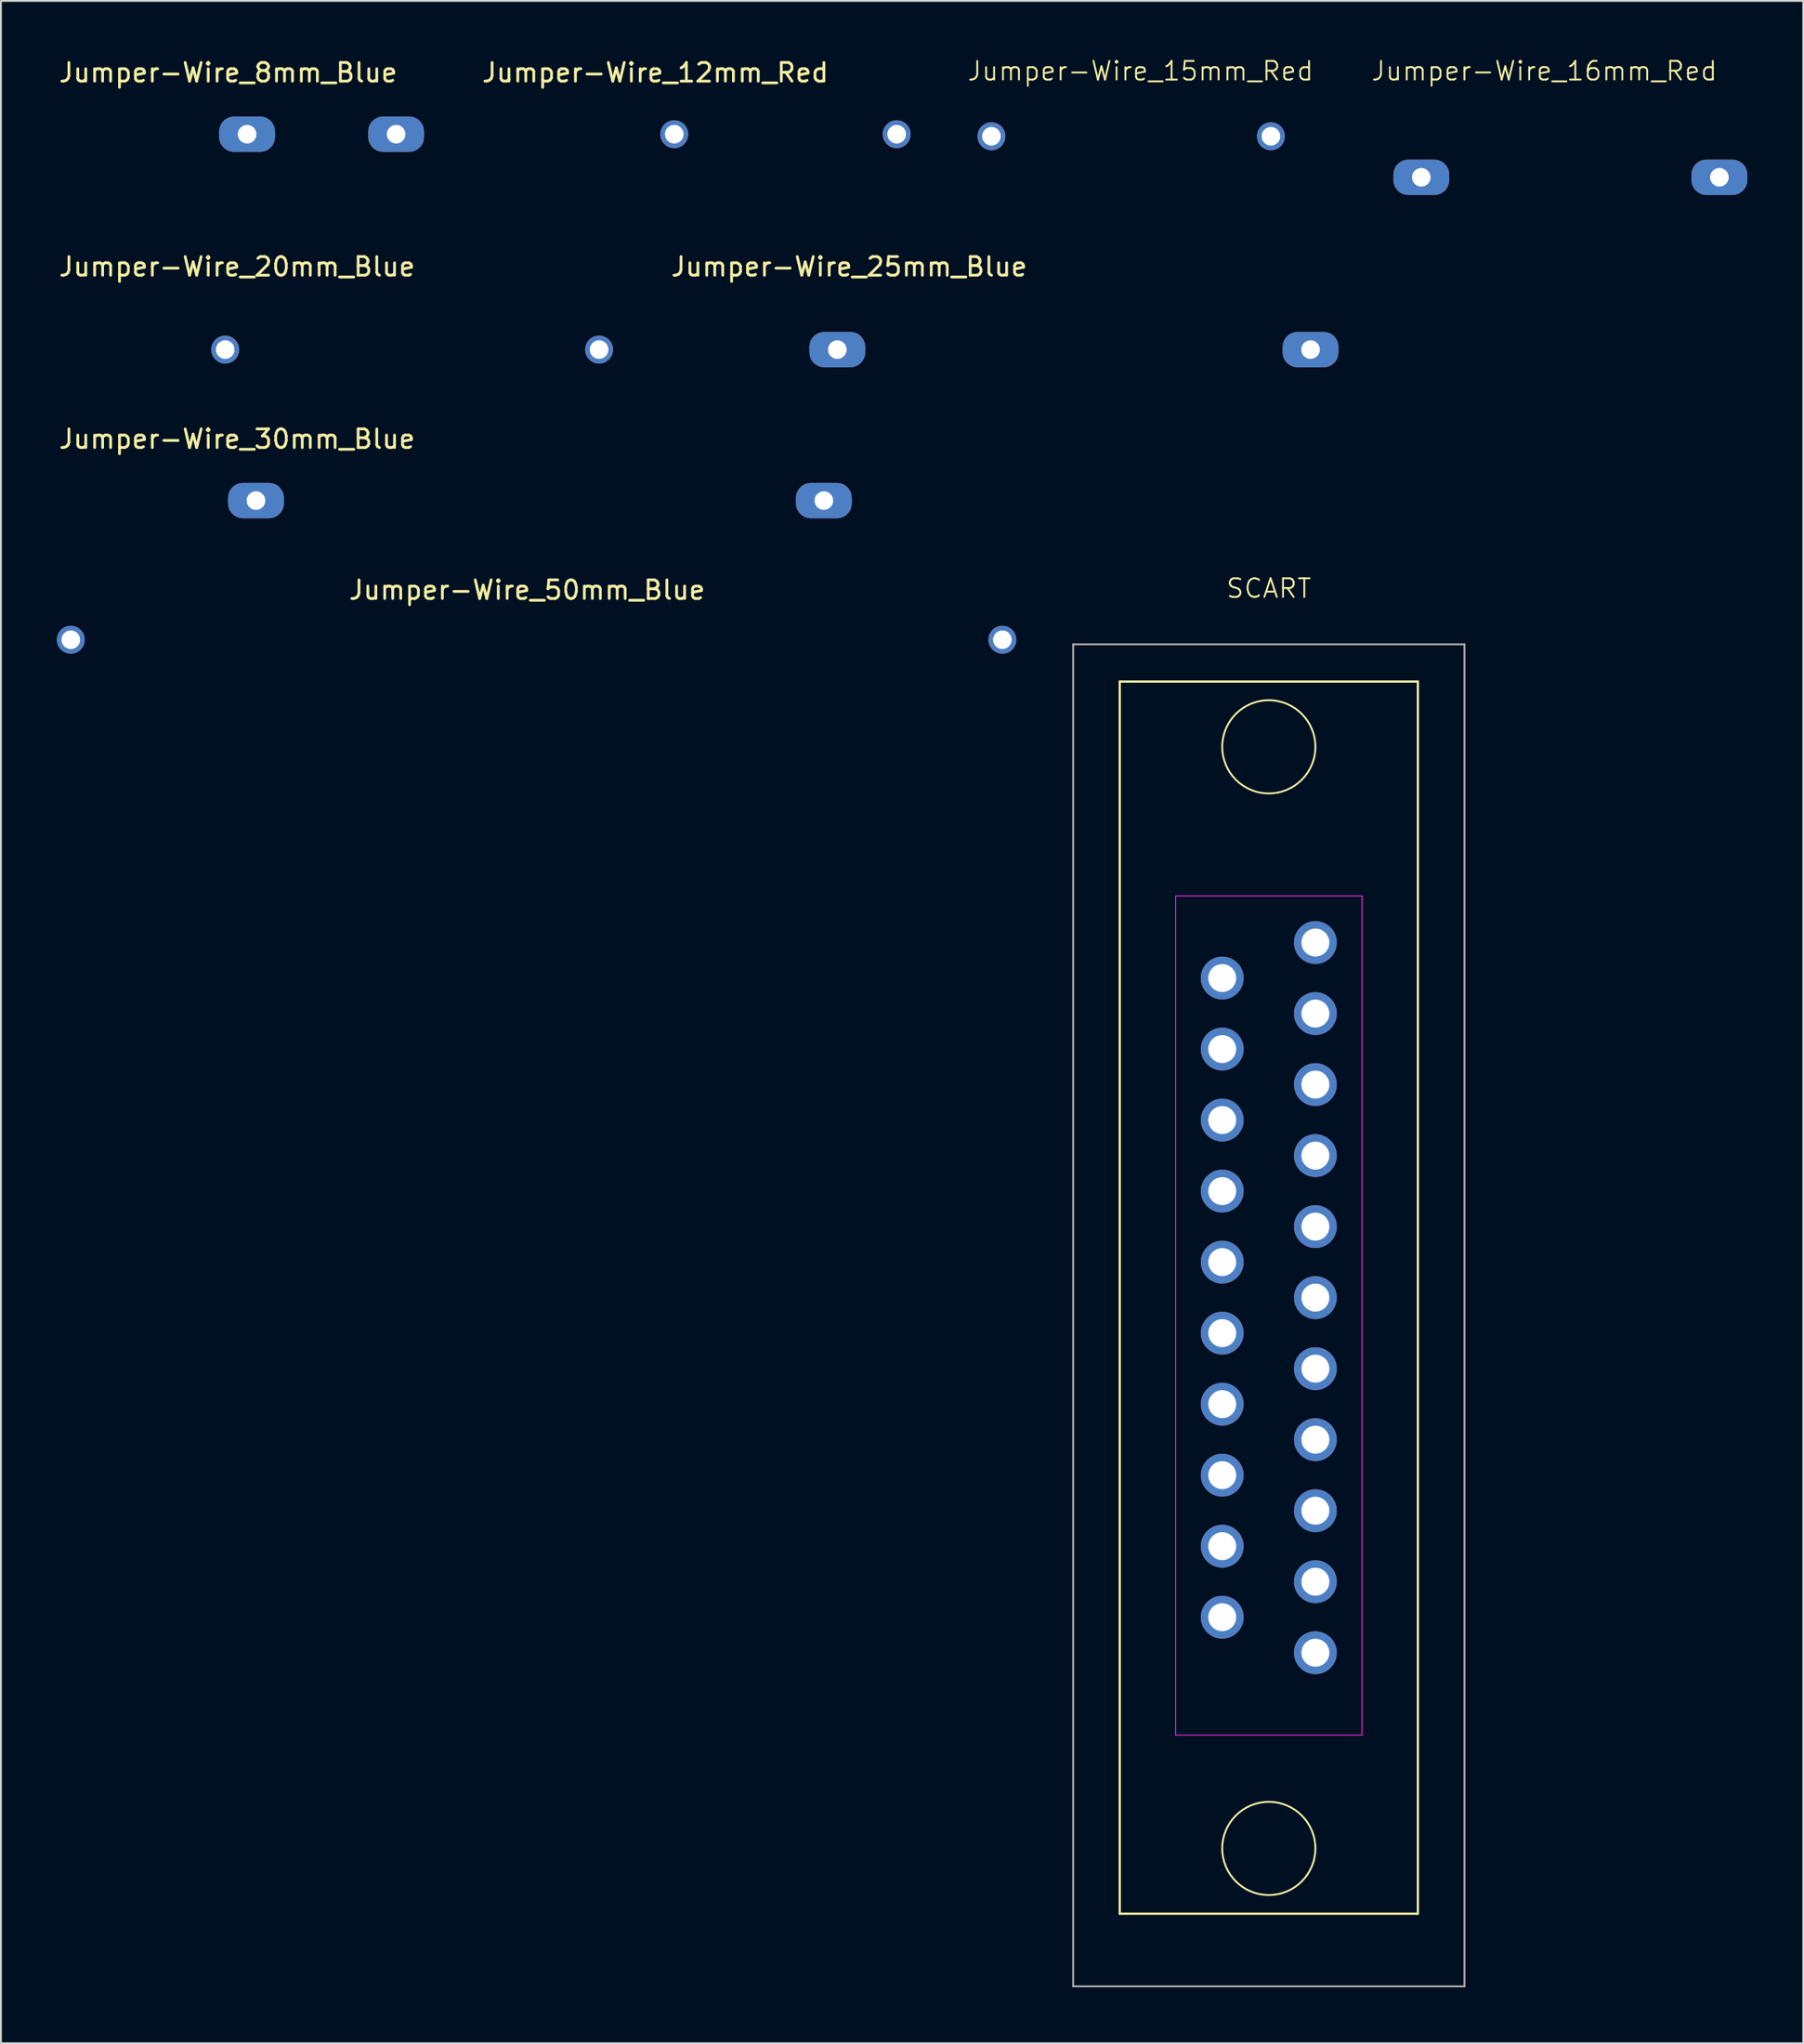
<source format=kicad_pcb>
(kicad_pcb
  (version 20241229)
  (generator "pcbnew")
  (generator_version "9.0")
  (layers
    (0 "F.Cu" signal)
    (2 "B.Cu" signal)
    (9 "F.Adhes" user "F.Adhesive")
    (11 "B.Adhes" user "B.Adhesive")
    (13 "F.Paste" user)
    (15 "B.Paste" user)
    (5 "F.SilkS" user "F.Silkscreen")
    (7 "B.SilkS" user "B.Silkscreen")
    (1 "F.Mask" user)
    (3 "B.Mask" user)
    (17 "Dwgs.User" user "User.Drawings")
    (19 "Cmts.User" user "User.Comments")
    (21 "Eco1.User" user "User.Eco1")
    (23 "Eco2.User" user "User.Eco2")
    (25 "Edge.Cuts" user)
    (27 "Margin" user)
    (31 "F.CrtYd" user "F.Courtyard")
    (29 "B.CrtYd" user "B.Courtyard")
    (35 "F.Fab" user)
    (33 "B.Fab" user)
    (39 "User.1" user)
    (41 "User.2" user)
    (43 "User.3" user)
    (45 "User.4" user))
  (footprint "Jumper-Wire_15mm_Red"
    (layer "F.Cu")
    (at 50.163 4.261)
    (property "Reference" "Jumper-Wire_15mm_Red" (at 8 -3.5 0) (unlocked yes) (layer "F.SilkS") (effects (font (size 1 1) (thickness 0.1))))
    (attr through_hole)
    (pad "1" thru_hole circle (at 0 0) (size 1.5 1.5) (drill 1) (layers "*.Cu"))
    (pad "2" thru_hole circle (at 15 0) (size 1.5 1.5) (drill 1) (layers "*.Cu")))
  (footprint "Jumper-Wire_12mm_Red"
    (layer "F.Cu")
    (at 33.139 4.15)
    (property "Reference" "Jumper-Wire_12mm_Red" (at -1.016 -3.302 0) (layer "F.SilkS") (effects (font (size 1 1) (thickness 0.15))))
    (attr through_hole)
    (pad "1" thru_hole circle (at 0 0) (size 1.5 1.5) (drill 1) (layers "*.Cu" "*.Mask"))
    (pad "2" thru_hole circle (at 11.938 0) (size 1.5 1.5) (drill 1) (layers "*.Cu" "*.Mask")))
  (footprint "SCART"
    (layer "F.Cu")
    (at 62.75 45.016)
    (property "Reference" "SCART" (at 2.3 -16.5 0) (unlocked yes) (layer "F.SilkS") (effects (font (size 1 1) (thickness 0.1))))
    (attr through_hole)
    (fp_line (start -5.7 -11.5) (end -5.7 54.6) (stroke (width 0.12) (type solid)) (layer "F.SilkS"))
    (fp_line (start 10.3 -11.5) (end -5.7 -11.5) (stroke (width 0.12) (type solid)) (layer "F.SilkS"))
    (fp_line (start 10.3 54.6) (end -5.7 54.6) (stroke (width 0.12) (type solid)) (layer "F.SilkS"))
    (fp_line (start 10.3 54.6) (end 10.3 -11.5) (stroke (width 0.12) (type solid)) (layer "F.SilkS"))
    (fp_circle (center 2.3 -8) (end -0.2 -8) (stroke (width 0.1) (type default)) (fill no) (layer "F.SilkS"))
    (fp_circle (center 2.3 51.1) (end -0.2 51.1) (stroke (width 0.1) (type default)) (fill no) (layer "F.SilkS"))
    (fp_line (start -2.7 45.018) (end -2.7 0) (stroke (width 0.05) (type solid)) (layer "F.CrtYd"))
    (fp_line (start 7.3 0) (end -2.7 0) (stroke (width 0.05) (type solid)) (layer "F.CrtYd"))
    (fp_line (start 7.3 45.018) (end -2.7 45.018) (stroke (width 0.05) (type solid)) (layer "F.CrtYd"))
    (fp_line (start 7.3 45.018) (end 7.3 0) (stroke (width 0.05) (type solid)) (layer "F.CrtYd"))
    (fp_line (start -8.2 -13.5) (end -8.2 58.5) (stroke (width 0.1) (type solid)) (layer "F.Fab"))
    (fp_line (start 12.8 -13.5) (end -8.2 -13.5) (stroke (width 0.1) (type solid)) (layer "F.Fab"))
    (fp_line (start 12.8 58.5) (end -8.2 58.5) (stroke (width 0.1) (type solid)) (layer "F.Fab"))
    (fp_line (start 12.8 58.5) (end 12.8 -13.5) (stroke (width 0.1) (type solid)) (layer "F.Fab"))
    (pad "1" thru_hole circle (at 4.8 40.6) (size 2.3 2.3) (drill 1.5) (layers "*.Cu" "*.Mask"))
    (pad "2" thru_hole circle (at -0.2 38.695) (size 2.3 2.3) (drill 1.5) (layers "*.Cu" "*.Mask"))
    (pad "3" thru_hole circle (at 4.8 36.79) (size 2.3 2.3) (drill 1.5) (layers "*.Cu" "*.Mask"))
    (pad "4" thru_hole circle (at -0.2 34.885) (size 2.3 2.3) (drill 1.5) (layers "*.Cu" "*.Mask"))
    (pad "5" thru_hole circle (at 4.8 32.98) (size 2.3 2.3) (drill 1.5) (layers "*.Cu" "*.Mask"))
    (pad "6" thru_hole circle (at -0.2 31.075) (size 2.3 2.3) (drill 1.5) (layers "*.Cu" "*.Mask"))
    (pad "7" thru_hole circle (at 4.8 29.17) (size 2.3 2.3) (drill 1.5) (layers "*.Cu" "*.Mask"))
    (pad "8" thru_hole circle (at -0.2 27.265) (size 2.3 2.3) (drill 1.5) (layers "*.Cu" "*.Mask"))
    (pad "9" thru_hole circle (at 4.8 25.36) (size 2.3 2.3) (drill 1.5) (layers "*.Cu" "*.Mask"))
    (pad "10" thru_hole circle (at -0.2 23.455) (size 2.3 2.3) (drill 1.5) (layers "*.Cu" "*.Mask"))
    (pad "11" thru_hole circle (at 4.8 21.55) (size 2.3 2.3) (drill 1.5) (layers "*.Cu" "*.Mask"))
    (pad "12" thru_hole circle (at -0.2 19.645) (size 2.3 2.3) (drill 1.5) (layers "*.Cu" "*.Mask"))
    (pad "13" thru_hole circle (at 4.8 17.74) (size 2.3 2.3) (drill 1.5) (layers "*.Cu" "*.Mask"))
    (pad "14" thru_hole circle (at -0.2 15.835) (size 2.3 2.3) (drill 1.5) (layers "*.Cu" "*.Mask"))
    (pad "15" thru_hole circle (at 4.8 13.93) (size 2.3 2.3) (drill 1.5) (layers "*.Cu" "*.Mask"))
    (pad "16" thru_hole circle (at -0.2 12.025) (size 2.3 2.3) (drill 1.5) (layers "*.Cu" "*.Mask"))
    (pad "17" thru_hole circle (at 4.8 10.12) (size 2.3 2.3) (drill 1.5) (layers "*.Cu" "*.Mask"))
    (pad "18" thru_hole circle (at -0.2 8.215) (size 2.3 2.3) (drill 1.5) (layers "*.Cu" "*.Mask"))
    (pad "19" thru_hole circle (at 4.8 6.31) (size 2.3 2.3) (drill 1.5) (layers "*.Cu" "*.Mask"))
    (pad "20" thru_hole circle (at -0.2 4.405) (size 2.3 2.3) (drill 1.5) (layers "*.Cu" "*.Mask"))
    (pad "21" thru_hole circle (at 4.8 2.5) (size 2.3 2.3) (drill 1.5) (layers "*.Cu" "*.Mask")))
  (footprint "Jumper-Wire_25mm_Blue"
    (layer "F.Cu")
    (at 41.891 15.706)
    (property "Reference" "Jumper-Wire_25mm_Blue" (at 0.635 -4.445 0) (layer "F.SilkS") (effects (font (size 1 1) (thickness 0.15))))
    (attr through_hole)
    (pad "1" thru_hole roundrect (at 0 0) (size 3 1.9) (drill 1) (layers "B.Cu") (roundrect_rratio 0.421))
    (pad "2" thru_hole roundrect (at 25.4 0) (size 3 1.9) (drill 1) (layers "B.Cu") (roundrect_rratio 0.421)))
  (footprint "Jumper-Wire_20mm_Blue"
    (layer "F.Cu")
    (at 9.038 15.706)
    (property "Reference" "Jumper-Wire_20mm_Blue" (at 0.635 -4.445 0) (layer "F.SilkS") (effects (font (size 1 1) (thickness 0.15))))
    (attr through_hole)
    (pad "1" thru_hole circle (at 0 0) (size 1.5 1.5) (drill 1) (layers "*.Cu" "*.Mask"))
    (pad "2" thru_hole circle (at 20.066 0) (size 1.5 1.5) (drill 1) (layers "*.Cu" "*.Mask")))
  (footprint "Jumper-Wire_16mm_Red"
    (layer "F.Cu")
    (at 73.234 6.462)
    (property "Reference" "Jumper-Wire_16mm_Red" (at 6.6 -5.702 0) (unlocked yes) (layer "F.SilkS") (effects (font (size 1 1) (thickness 0.1))))
    (attr through_hole)
    (pad "1" thru_hole roundrect (at 0 0) (size 3 1.9) (drill 1) (layers "*.Cu") (roundrect_rratio 0.421))
    (pad "1" thru_hole roundrect (at 16 0) (size 3 1.9) (drill 1) (layers "*.Cu") (roundrect_rratio 0.421)))
  (footprint "Jumper-Wire_8mm_Blue"
    (layer "F.Cu")
    (at 10.212 4.15)
    (property "Reference" "Jumper-Wire_8mm_Blue" (at -1.016 -3.302 0) (layer "F.SilkS") (effects (font (size 1 1) (thickness 0.15))))
    (attr through_hole)
    (pad "1" thru_hole roundrect (at 0 0) (size 3 1.9) (drill 1) (layers "B.Cu") (roundrect_rratio 0.421))
    (pad "2" thru_hole roundrect (at 8 0) (size 3 1.9) (drill 1) (layers "B.Cu") (roundrect_rratio 0.421)))
  (footprint "Jumper-Wire_50mm_Blue"
    (layer "F.Cu")
    (at 25.75 31.271)
    (property "Reference" "Jumper-Wire_50mm_Blue" (at -0.508 -2.667 0) (layer "F.SilkS") (effects (font (size 1 1) (thickness 0.15))))
    (attr through_hole)
    (pad "1" thru_hole circle (at -25 0) (size 1.5 1.5) (drill 1) (layers "*.Cu"))
    (pad "2" thru_hole circle (at 25 0) (size 1.5 1.5) (drill 1) (layers "*.Cu")))
  (footprint "Jumper-Wire_30mm_Blue"
    (layer "F.Cu")
    (at 10.689 23.806)
    (property "Reference" "Jumper-Wire_30mm_Blue" (at -1.016 -3.302 0) (layer "F.SilkS") (effects (font (size 1 1) (thickness 0.15))))
    (attr through_hole)
    (pad "1" thru_hole roundrect (at 0 0) (size 3 1.9) (drill 1) (layers "B.Cu") (roundrect_rratio 0.421))
    (pad "2" thru_hole roundrect (at 30.48 0) (size 3 1.9) (drill 1) (layers "B.Cu") (roundrect_rratio 0.421)))
  (gr_rect
    (start -3 -3)
    (end 93.734 106.566)
    (stroke (width 0.1) (type default))
    (fill no)
    (layer "Edge.Cuts")))
</source>
